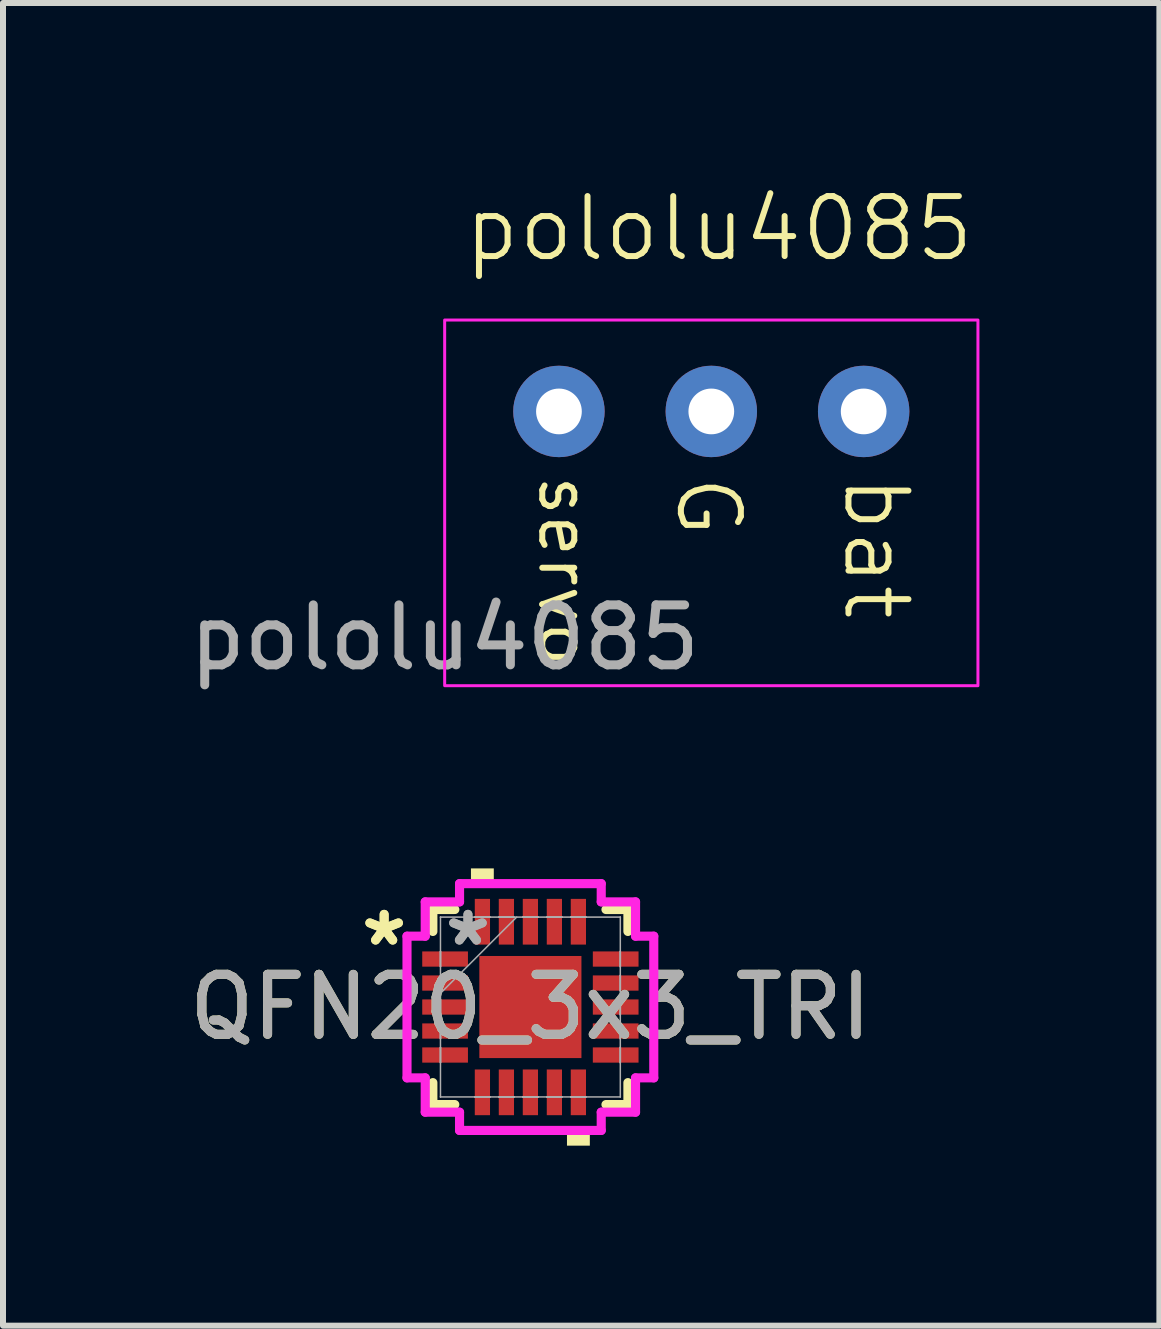
<source format=kicad_pcb>
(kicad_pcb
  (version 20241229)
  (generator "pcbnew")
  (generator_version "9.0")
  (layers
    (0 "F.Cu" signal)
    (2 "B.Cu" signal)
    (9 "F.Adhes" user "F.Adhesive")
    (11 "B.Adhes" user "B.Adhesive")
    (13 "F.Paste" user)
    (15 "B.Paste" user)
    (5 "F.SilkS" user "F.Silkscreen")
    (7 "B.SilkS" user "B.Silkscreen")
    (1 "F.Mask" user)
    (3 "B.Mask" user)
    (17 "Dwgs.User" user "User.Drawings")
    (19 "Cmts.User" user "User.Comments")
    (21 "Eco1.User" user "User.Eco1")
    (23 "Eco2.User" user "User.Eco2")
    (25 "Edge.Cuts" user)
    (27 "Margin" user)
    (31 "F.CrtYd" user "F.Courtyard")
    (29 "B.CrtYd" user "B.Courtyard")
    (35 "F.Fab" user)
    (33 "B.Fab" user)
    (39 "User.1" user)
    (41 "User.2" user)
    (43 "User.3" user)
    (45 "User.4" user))
  (footprint "QFN20_3x3_TRI"
    (layer "F.Cu")
    (at 5.792 13.738)
    (property "Reference" "QFN20_3x3_TRI" (at 0 0 0) (unlocked yes) (layer "F.SilkS") (effects (font (size 1 1) (thickness 0.15))))
    (attr smd)
    (fp_line (start -1.626 -1.626) (end -1.626 -1.26) (stroke (width 0.152) (type solid)) (layer "F.SilkS"))
    (fp_line (start -1.626 1.26) (end -1.626 1.626) (stroke (width 0.152) (type solid)) (layer "F.SilkS"))
    (fp_line (start -1.626 1.626) (end -1.26 1.626) (stroke (width 0.152) (type solid)) (layer "F.SilkS"))
    (fp_line (start -1.26 -1.626) (end -1.626 -1.626) (stroke (width 0.152) (type solid)) (layer "F.SilkS"))
    (fp_line (start 1.26 1.626) (end 1.626 1.626) (stroke (width 0.152) (type solid)) (layer "F.SilkS"))
    (fp_line (start 1.626 -1.626) (end 1.26 -1.626) (stroke (width 0.152) (type solid)) (layer "F.SilkS"))
    (fp_line (start 1.626 -1.26) (end 1.626 -1.626) (stroke (width 0.152) (type solid)) (layer "F.SilkS"))
    (fp_line (start 1.626 1.626) (end 1.626 1.26) (stroke (width 0.152) (type solid)) (layer "F.SilkS"))
    (fp_poly (pts (xy -0.991 -2.057) (xy -0.991 -2.311) (xy -0.61 -2.311) (xy -0.61 -2.057)) (stroke (width 0) (type solid)) (fill yes) (layer "F.SilkS"))
    (fp_poly (pts (xy 0.61 2.057) (xy 0.61 2.311) (xy 0.991 2.311) (xy 0.991 2.057)) (stroke (width 0) (type solid)) (fill yes) (layer "F.SilkS"))
    (fp_line (start -2.057 -1.181) (end -1.753 -1.181) (stroke (width 0.152) (type solid)) (layer "F.CrtYd"))
    (fp_line (start -2.057 1.181) (end -2.057 -1.181) (stroke (width 0.152) (type solid)) (layer "F.CrtYd"))
    (fp_line (start -1.753 -1.753) (end -1.181 -1.753) (stroke (width 0.152) (type solid)) (layer "F.CrtYd"))
    (fp_line (start -1.753 -1.181) (end -1.753 -1.753) (stroke (width 0.152) (type solid)) (layer "F.CrtYd"))
    (fp_line (start -1.753 1.181) (end -2.057 1.181) (stroke (width 0.152) (type solid)) (layer "F.CrtYd"))
    (fp_line (start -1.753 1.753) (end -1.753 1.181) (stroke (width 0.152) (type solid)) (layer "F.CrtYd"))
    (fp_line (start -1.181 -2.057) (end 1.181 -2.057) (stroke (width 0.152) (type solid)) (layer "F.CrtYd"))
    (fp_line (start -1.181 -1.753) (end -1.181 -2.057) (stroke (width 0.152) (type solid)) (layer "F.CrtYd"))
    (fp_line (start -1.181 1.753) (end -1.753 1.753) (stroke (width 0.152) (type solid)) (layer "F.CrtYd"))
    (fp_line (start -1.181 2.057) (end -1.181 1.753) (stroke (width 0.152) (type solid)) (layer "F.CrtYd"))
    (fp_line (start 1.181 -2.057) (end 1.181 -1.753) (stroke (width 0.152) (type solid)) (layer "F.CrtYd"))
    (fp_line (start 1.181 -1.753) (end 1.753 -1.753) (stroke (width 0.152) (type solid)) (layer "F.CrtYd"))
    (fp_line (start 1.181 1.753) (end 1.181 2.057) (stroke (width 0.152) (type solid)) (layer "F.CrtYd"))
    (fp_line (start 1.181 2.057) (end -1.181 2.057) (stroke (width 0.152) (type solid)) (layer "F.CrtYd"))
    (fp_line (start 1.753 -1.753) (end 1.753 -1.181) (stroke (width 0.152) (type solid)) (layer "F.CrtYd"))
    (fp_line (start 1.753 -1.181) (end 2.057 -1.181) (stroke (width 0.152) (type solid)) (layer "F.CrtYd"))
    (fp_line (start 1.753 1.181) (end 1.753 1.753) (stroke (width 0.152) (type solid)) (layer "F.CrtYd"))
    (fp_line (start 1.753 1.753) (end 1.181 1.753) (stroke (width 0.152) (type solid)) (layer "F.CrtYd"))
    (fp_line (start 2.057 -1.181) (end 2.057 1.181) (stroke (width 0.152) (type solid)) (layer "F.CrtYd"))
    (fp_line (start 2.057 1.181) (end 1.753 1.181) (stroke (width 0.152) (type solid)) (layer "F.CrtYd"))
    (fp_line (start -1.499 -1.499) (end -1.499 -1.499) (stroke (width 0.025) (type solid)) (layer "F.Fab"))
    (fp_line (start -1.499 -1.499) (end -1.499 1.499) (stroke (width 0.025) (type solid)) (layer "F.Fab"))
    (fp_line (start -1.499 -0.927) (end -1.499 -0.927) (stroke (width 0.025) (type solid)) (layer "F.Fab"))
    (fp_line (start -1.499 -0.927) (end -1.499 -0.673) (stroke (width 0.025) (type solid)) (layer "F.Fab"))
    (fp_line (start -1.499 -0.673) (end -1.499 -0.927) (stroke (width 0.025) (type solid)) (layer "F.Fab"))
    (fp_line (start -1.499 -0.673) (end -1.499 -0.673) (stroke (width 0.025) (type solid)) (layer "F.Fab"))
    (fp_line (start -1.499 -0.527) (end -1.499 -0.527) (stroke (width 0.025) (type solid)) (layer "F.Fab"))
    (fp_line (start -1.499 -0.527) (end -1.499 -0.273) (stroke (width 0.025) (type solid)) (layer "F.Fab"))
    (fp_line (start -1.499 -0.273) (end -1.499 -0.527) (stroke (width 0.025) (type solid)) (layer "F.Fab"))
    (fp_line (start -1.499 -0.273) (end -1.499 -0.273) (stroke (width 0.025) (type solid)) (layer "F.Fab"))
    (fp_line (start -1.499 -0.229) (end -0.229 -1.499) (stroke (width 0.025) (type solid)) (layer "F.Fab"))
    (fp_line (start -1.499 -0.127) (end -1.499 -0.127) (stroke (width 0.025) (type solid)) (layer "F.Fab"))
    (fp_line (start -1.499 -0.127) (end -1.499 0.127) (stroke (width 0.025) (type solid)) (layer "F.Fab"))
    (fp_line (start -1.499 0.127) (end -1.499 -0.127) (stroke (width 0.025) (type solid)) (layer "F.Fab"))
    (fp_line (start -1.499 0.127) (end -1.499 0.127) (stroke (width 0.025) (type solid)) (layer "F.Fab"))
    (fp_line (start -1.499 0.273) (end -1.499 0.273) (stroke (width 0.025) (type solid)) (layer "F.Fab"))
    (fp_line (start -1.499 0.273) (end -1.499 0.527) (stroke (width 0.025) (type solid)) (layer "F.Fab"))
    (fp_line (start -1.499 0.527) (end -1.499 0.273) (stroke (width 0.025) (type solid)) (layer "F.Fab"))
    (fp_line (start -1.499 0.527) (end -1.499 0.527) (stroke (width 0.025) (type solid)) (layer "F.Fab"))
    (fp_line (start -1.499 0.673) (end -1.499 0.673) (stroke (width 0.025) (type solid)) (layer "F.Fab"))
    (fp_line (start -1.499 0.673) (end -1.499 0.927) (stroke (width 0.025) (type solid)) (layer "F.Fab"))
    (fp_line (start -1.499 0.927) (end -1.499 0.673) (stroke (width 0.025) (type solid)) (layer "F.Fab"))
    (fp_line (start -1.499 0.927) (end -1.499 0.927) (stroke (width 0.025) (type solid)) (layer "F.Fab"))
    (fp_line (start -1.499 1.499) (end -1.499 1.499) (stroke (width 0.025) (type solid)) (layer "F.Fab"))
    (fp_line (start -1.499 1.499) (end 1.499 1.499) (stroke (width 0.025) (type solid)) (layer "F.Fab"))
    (fp_line (start -0.927 -1.499) (end -0.927 -1.499) (stroke (width 0.025) (type solid)) (layer "F.Fab"))
    (fp_line (start -0.927 -1.499) (end -0.673 -1.499) (stroke (width 0.025) (type solid)) (layer "F.Fab"))
    (fp_line (start -0.927 1.499) (end -0.927 1.499) (stroke (width 0.025) (type solid)) (layer "F.Fab"))
    (fp_line (start -0.927 1.499) (end -0.673 1.499) (stroke (width 0.025) (type solid)) (layer "F.Fab"))
    (fp_line (start -0.673 -1.499) (end -0.927 -1.499) (stroke (width 0.025) (type solid)) (layer "F.Fab"))
    (fp_line (start -0.673 -1.499) (end -0.673 -1.499) (stroke (width 0.025) (type solid)) (layer "F.Fab"))
    (fp_line (start -0.673 1.499) (end -0.927 1.499) (stroke (width 0.025) (type solid)) (layer "F.Fab"))
    (fp_line (start -0.673 1.499) (end -0.673 1.499) (stroke (width 0.025) (type solid)) (layer "F.Fab"))
    (fp_line (start -0.527 -1.499) (end -0.527 -1.499) (stroke (width 0.025) (type solid)) (layer "F.Fab"))
    (fp_line (start -0.527 -1.499) (end -0.273 -1.499) (stroke (width 0.025) (type solid)) (layer "F.Fab"))
    (fp_line (start -0.527 1.499) (end -0.527 1.499) (stroke (width 0.025) (type solid)) (layer "F.Fab"))
    (fp_line (start -0.527 1.499) (end -0.273 1.499) (stroke (width 0.025) (type solid)) (layer "F.Fab"))
    (fp_line (start -0.273 -1.499) (end -0.527 -1.499) (stroke (width 0.025) (type solid)) (layer "F.Fab"))
    (fp_line (start -0.273 -1.499) (end -0.273 -1.499) (stroke (width 0.025) (type solid)) (layer "F.Fab"))
    (fp_line (start -0.273 1.499) (end -0.527 1.499) (stroke (width 0.025) (type solid)) (layer "F.Fab"))
    (fp_line (start -0.273 1.499) (end -0.273 1.499) (stroke (width 0.025) (type solid)) (layer "F.Fab"))
    (fp_line (start -0.127 -1.499) (end -0.127 -1.499) (stroke (width 0.025) (type solid)) (layer "F.Fab"))
    (fp_line (start -0.127 -1.499) (end 0.127 -1.499) (stroke (width 0.025) (type solid)) (layer "F.Fab"))
    (fp_line (start -0.127 1.499) (end -0.127 1.499) (stroke (width 0.025) (type solid)) (layer "F.Fab"))
    (fp_line (start -0.127 1.499) (end 0.127 1.499) (stroke (width 0.025) (type solid)) (layer "F.Fab"))
    (fp_line (start 0.127 -1.499) (end -0.127 -1.499) (stroke (width 0.025) (type solid)) (layer "F.Fab"))
    (fp_line (start 0.127 -1.499) (end 0.127 -1.499) (stroke (width 0.025) (type solid)) (layer "F.Fab"))
    (fp_line (start 0.127 1.499) (end -0.127 1.499) (stroke (width 0.025) (type solid)) (layer "F.Fab"))
    (fp_line (start 0.127 1.499) (end 0.127 1.499) (stroke (width 0.025) (type solid)) (layer "F.Fab"))
    (fp_line (start 0.273 -1.499) (end 0.273 -1.499) (stroke (width 0.025) (type solid)) (layer "F.Fab"))
    (fp_line (start 0.273 -1.499) (end 0.527 -1.499) (stroke (width 0.025) (type solid)) (layer "F.Fab"))
    (fp_line (start 0.273 1.499) (end 0.273 1.499) (stroke (width 0.025) (type solid)) (layer "F.Fab"))
    (fp_line (start 0.273 1.499) (end 0.527 1.499) (stroke (width 0.025) (type solid)) (layer "F.Fab"))
    (fp_line (start 0.527 -1.499) (end 0.273 -1.499) (stroke (width 0.025) (type solid)) (layer "F.Fab"))
    (fp_line (start 0.527 -1.499) (end 0.527 -1.499) (stroke (width 0.025) (type solid)) (layer "F.Fab"))
    (fp_line (start 0.527 1.499) (end 0.273 1.499) (stroke (width 0.025) (type solid)) (layer "F.Fab"))
    (fp_line (start 0.527 1.499) (end 0.527 1.499) (stroke (width 0.025) (type solid)) (layer "F.Fab"))
    (fp_line (start 0.673 -1.499) (end 0.673 -1.499) (stroke (width 0.025) (type solid)) (layer "F.Fab"))
    (fp_line (start 0.673 -1.499) (end 0.927 -1.499) (stroke (width 0.025) (type solid)) (layer "F.Fab"))
    (fp_line (start 0.673 1.499) (end 0.673 1.499) (stroke (width 0.025) (type solid)) (layer "F.Fab"))
    (fp_line (start 0.673 1.499) (end 0.927 1.499) (stroke (width 0.025) (type solid)) (layer "F.Fab"))
    (fp_line (start 0.927 -1.499) (end 0.673 -1.499) (stroke (width 0.025) (type solid)) (layer "F.Fab"))
    (fp_line (start 0.927 -1.499) (end 0.927 -1.499) (stroke (width 0.025) (type solid)) (layer "F.Fab"))
    (fp_line (start 0.927 1.499) (end 0.673 1.499) (stroke (width 0.025) (type solid)) (layer "F.Fab"))
    (fp_line (start 0.927 1.499) (end 0.927 1.499) (stroke (width 0.025) (type solid)) (layer "F.Fab"))
    (fp_line (start 1.499 -1.499) (end -1.499 -1.499) (stroke (width 0.025) (type solid)) (layer "F.Fab"))
    (fp_line (start 1.499 -1.499) (end 1.499 -1.499) (stroke (width 0.025) (type solid)) (layer "F.Fab"))
    (fp_line (start 1.499 -0.927) (end 1.499 -0.927) (stroke (width 0.025) (type solid)) (layer "F.Fab"))
    (fp_line (start 1.499 -0.927) (end 1.499 -0.673) (stroke (width 0.025) (type solid)) (layer "F.Fab"))
    (fp_line (start 1.499 -0.673) (end 1.499 -0.927) (stroke (width 0.025) (type solid)) (layer "F.Fab"))
    (fp_line (start 1.499 -0.673) (end 1.499 -0.673) (stroke (width 0.025) (type solid)) (layer "F.Fab"))
    (fp_line (start 1.499 -0.527) (end 1.499 -0.527) (stroke (width 0.025) (type solid)) (layer "F.Fab"))
    (fp_line (start 1.499 -0.527) (end 1.499 -0.273) (stroke (width 0.025) (type solid)) (layer "F.Fab"))
    (fp_line (start 1.499 -0.273) (end 1.499 -0.527) (stroke (width 0.025) (type solid)) (layer "F.Fab"))
    (fp_line (start 1.499 -0.273) (end 1.499 -0.273) (stroke (width 0.025) (type solid)) (layer "F.Fab"))
    (fp_line (start 1.499 -0.127) (end 1.499 -0.127) (stroke (width 0.025) (type solid)) (layer "F.Fab"))
    (fp_line (start 1.499 -0.127) (end 1.499 0.127) (stroke (width 0.025) (type solid)) (layer "F.Fab"))
    (fp_line (start 1.499 0.127) (end 1.499 -0.127) (stroke (width 0.025) (type solid)) (layer "F.Fab"))
    (fp_line (start 1.499 0.127) (end 1.499 0.127) (stroke (width 0.025) (type solid)) (layer "F.Fab"))
    (fp_line (start 1.499 0.273) (end 1.499 0.273) (stroke (width 0.025) (type solid)) (layer "F.Fab"))
    (fp_line (start 1.499 0.273) (end 1.499 0.527) (stroke (width 0.025) (type solid)) (layer "F.Fab"))
    (fp_line (start 1.499 0.527) (end 1.499 0.273) (stroke (width 0.025) (type solid)) (layer "F.Fab"))
    (fp_line (start 1.499 0.527) (end 1.499 0.527) (stroke (width 0.025) (type solid)) (layer "F.Fab"))
    (fp_line (start 1.499 0.673) (end 1.499 0.673) (stroke (width 0.025) (type solid)) (layer "F.Fab"))
    (fp_line (start 1.499 0.673) (end 1.499 0.927) (stroke (width 0.025) (type solid)) (layer "F.Fab"))
    (fp_line (start 1.499 0.927) (end 1.499 0.673) (stroke (width 0.025) (type solid)) (layer "F.Fab"))
    (fp_line (start 1.499 0.927) (end 1.499 0.927) (stroke (width 0.025) (type solid)) (layer "F.Fab"))
    (fp_line (start 1.499 1.499) (end 1.499 -1.499) (stroke (width 0.025) (type solid)) (layer "F.Fab"))
    (fp_line (start 1.499 1.499) (end 1.499 1.499) (stroke (width 0.025) (type solid)) (layer "F.Fab"))
    (fp_text user "*" (at -2.438 -1 0) (unlocked yes) (layer "F.SilkS") (effects (font (size 1 1) (thickness 0.15))))
    (fp_text user "*" (at -2.438 -1 0) (layer "F.SilkS") (effects (font (size 1 1) (thickness 0.15))))
    (fp_text user "*" (at -1.041 -1 0) (layer "F.Fab") (effects (font (size 1 1) (thickness 0.15))))
    (fp_text user "${REFERENCE}" (at 0 0 0) (unlocked yes) (layer "F.Fab") (effects (font (size 1 1) (thickness 0.15))))
    (fp_text user "*" (at -1.041 -1 0) (unlocked yes) (layer "F.Fab") (effects (font (size 1 1) (thickness 0.15))))
    (pad "1" smd rect (at -1.422 -0.8 90) (size 0.254 0.762) (layers "F.Cu" "F.Mask" "F.Paste"))
    (pad "2" smd rect (at -1.422 -0.4 90) (size 0.254 0.762) (layers "F.Cu" "F.Mask" "F.Paste"))
    (pad "3" smd rect (at -1.422 0 90) (size 0.254 0.762) (layers "F.Cu" "F.Mask" "F.Paste"))
    (pad "4" smd rect (at -1.422 0.4 90) (size 0.254 0.762) (layers "F.Cu" "F.Mask" "F.Paste"))
    (pad "5" smd rect (at -1.422 0.8 90) (size 0.254 0.762) (layers "F.Cu" "F.Mask" "F.Paste"))
    (pad "6" smd rect (at -0.8 1.422) (size 0.254 0.762) (layers "F.Cu" "F.Mask" "F.Paste"))
    (pad "7" smd rect (at -0.4 1.422) (size 0.254 0.762) (layers "F.Cu" "F.Mask" "F.Paste"))
    (pad "8" smd rect (at 0 1.422) (size 0.254 0.762) (layers "F.Cu" "F.Mask" "F.Paste"))
    (pad "9" smd rect (at 0.4 1.422) (size 0.254 0.762) (layers "F.Cu" "F.Mask" "F.Paste"))
    (pad "10" smd rect (at 0.8 1.422) (size 0.254 0.762) (layers "F.Cu" "F.Mask" "F.Paste"))
    (pad "11" smd rect (at 1.422 0.8 90) (size 0.254 0.762) (layers "F.Cu" "F.Mask" "F.Paste"))
    (pad "12" smd rect (at 1.422 0.4 90) (size 0.254 0.762) (layers "F.Cu" "F.Mask" "F.Paste"))
    (pad "13" smd rect (at 1.422 0 90) (size 0.254 0.762) (layers "F.Cu" "F.Mask" "F.Paste"))
    (pad "14" smd rect (at 1.422 -0.4 90) (size 0.254 0.762) (layers "F.Cu" "F.Mask" "F.Paste"))
    (pad "15" smd rect (at 1.422 -0.8 90) (size 0.254 0.762) (layers "F.Cu" "F.Mask" "F.Paste"))
    (pad "16" smd rect (at 0.8 -1.422) (size 0.254 0.762) (layers "F.Cu" "F.Mask" "F.Paste"))
    (pad "17" smd rect (at 0.4 -1.422) (size 0.254 0.762) (layers "F.Cu" "F.Mask" "F.Paste"))
    (pad "18" smd rect (at 0 -1.422) (size 0.254 0.762) (layers "F.Cu" "F.Mask" "F.Paste"))
    (pad "19" smd rect (at -0.4 -1.422) (size 0.254 0.762) (layers "F.Cu" "F.Mask" "F.Paste"))
    (pad "20" smd rect (at -0.8 -1.422) (size 0.254 0.762) (layers "F.Cu" "F.Mask" "F.Paste"))
    (pad "21" smd rect (at 0 0) (size 1.702 1.702) (layers "F.Cu" "F.Mask" "F.Paste")))
  (footprint "pololu4085"
    (layer "F.Cu")
    (at 4.363 5.079)
    (property "Reference" "pololu4085" (at 4.572 -4.318 0) (unlocked yes) (layer "F.SilkS") (effects (font (size 1 1) (thickness 0.1))))
    (attr through_hole)
    (fp_rect (start 0 -2.794) (end 8.89 3.302) (stroke (width 0.05) (type default)) (fill no) (layer "F.CrtYd"))
    (fp_text user "servo" (at 1.524 -0.254 270) (unlocked yes) (layer "F.SilkS") (effects (font (size 0.8 0.8) (thickness 0.1)) (justify left bottom)))
    (fp_text user "G" (at 3.81 -0.254 270) (unlocked yes) (layer "F.SilkS") (effects (font (size 1 1) (thickness 0.1)) (justify left bottom)))
    (fp_text user "bat" (at 6.604 -0.254 270) (unlocked yes) (layer "F.SilkS") (effects (font (size 1 1) (thickness 0.1)) (justify left bottom)))
    (fp_text user "${REFERENCE}" (at 0 2.5 0) (unlocked yes) (layer "F.Fab") (effects (font (size 1 1) (thickness 0.15))))
    (pad "1" thru_hole circle (at 1.905 -1.27) (size 1.524 1.524) (drill 0.762) (layers "*.Cu" "*.Mask"))
    (pad "2" thru_hole circle (at 4.445 -1.27) (size 1.524 1.524) (drill 0.762) (layers "*.Cu" "*.Mask"))
    (pad "3" thru_hole circle (at 6.985 -1.27) (size 1.524 1.524) (drill 0.762) (layers "*.Cu" "*.Mask")))
  (gr_rect
    (start -3 -3)
    (end 16.278 19.05)
    (stroke (width 0.1) (type default))
    (fill no)
    (layer "Edge.Cuts")))
</source>
